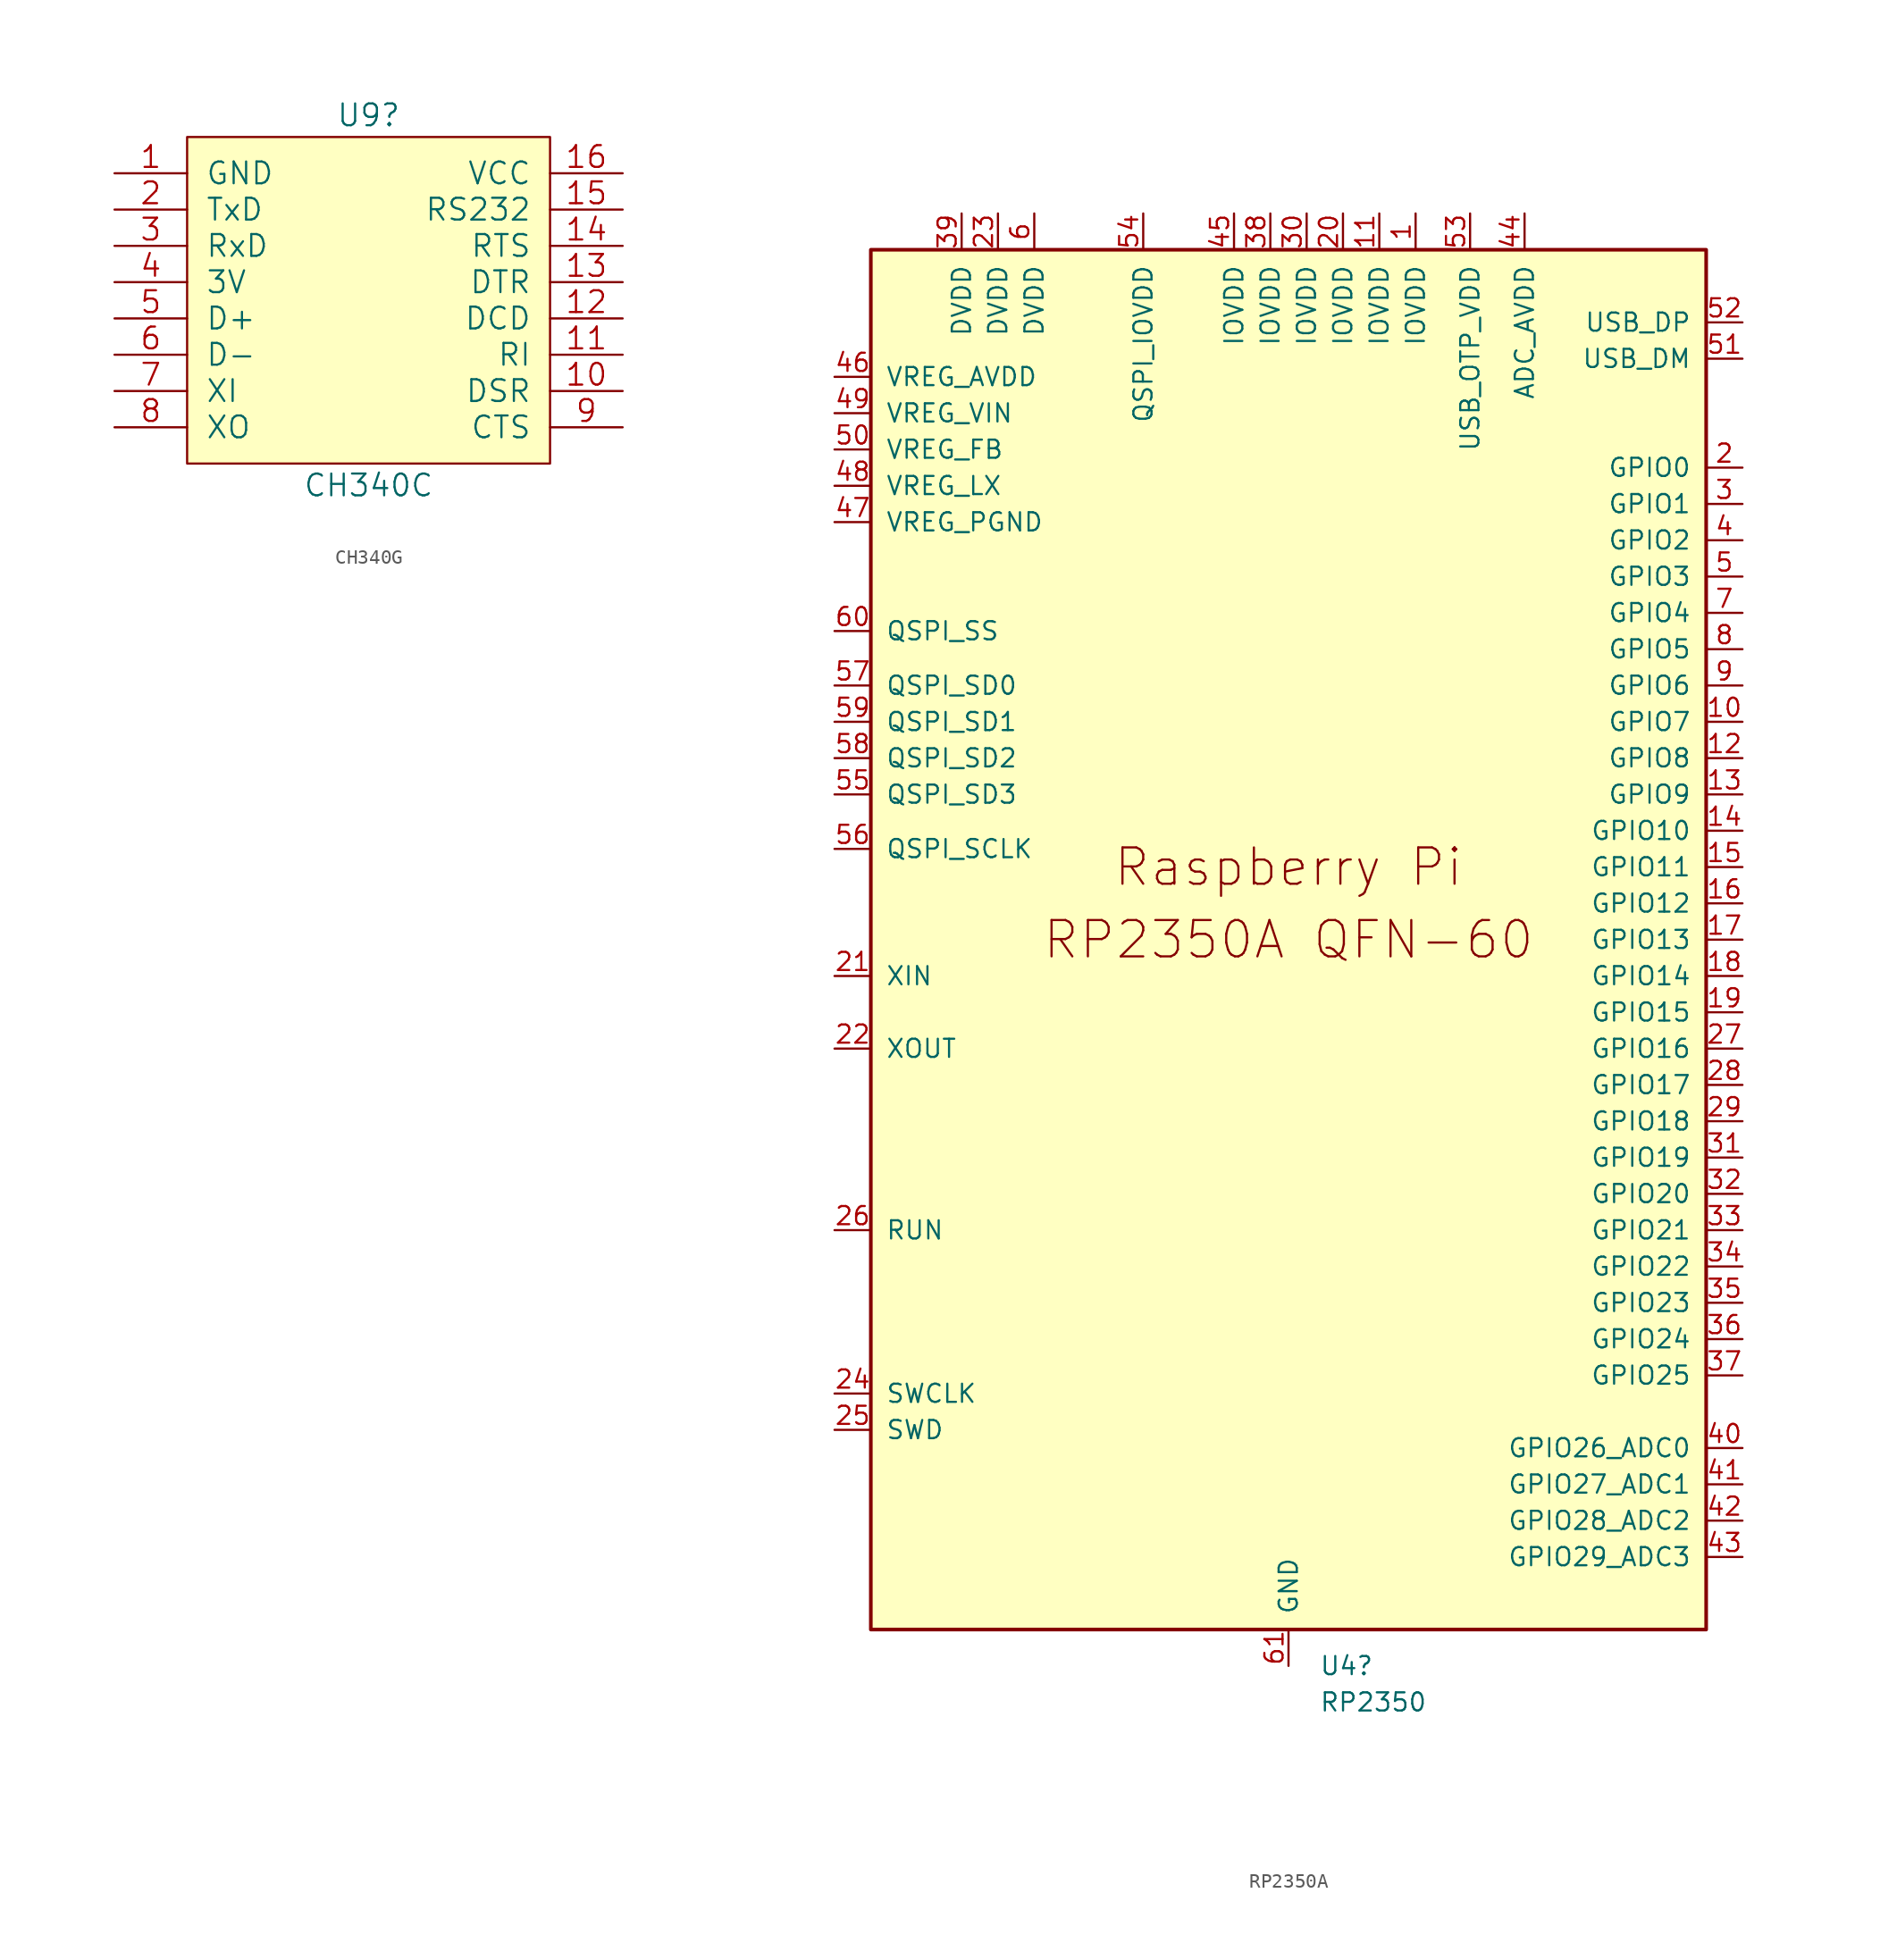
<source format=kicad_sym>
(kicad_symbol_lib
  (version 20241209)
  (generator "kicad_symbol_editor")
  (generator_version "9.0")
  (symbol "CH340G"
    (pin_names
      (offset 1.27))
    (property "Reference" "U9"
      (at 0 14.224 0)
      (effects (font (size 1.524 1.524))))
    (property "Value" "CH340C"
      (at 0 -11.684 0)
      (effects (font (size 1.524 1.524))))
    (property "Description" ""
      (at 0 0 0)
      (effects (font (size 1.27 1.27))))
    (symbol "CH340G_1_1"
      (rectangle (start -12.7 -10.16) (end 12.7 12.7) (stroke (width 0) (type solid)) (fill (type background)))
      (pin power_in line (at -17.78 10.16 0) (length 5.08) (name "GND" (effects (font (size 1.524 1.524)))) (number "1" (effects (font (size 1.524 1.524)))))
      (pin output line (at -17.78 7.62 0) (length 5.08) (name "TxD" (effects (font (size 1.524 1.524)))) (number "2" (effects (font (size 1.524 1.524)))))
      (pin input line (at -17.78 5.08 0) (length 5.08) (name "RxD" (effects (font (size 1.524 1.524)))) (number "3" (effects (font (size 1.524 1.524)))))
      (pin power_out line (at -17.78 2.54 0) (length 5.08) (name "3V" (effects (font (size 1.524 1.524)))) (number "4" (effects (font (size 1.524 1.524)))))
      (pin bidirectional line (at -17.78 0 0) (length 5.08) (name "D+" (effects (font (size 1.524 1.524)))) (number "5" (effects (font (size 1.524 1.524)))))
      (pin bidirectional line (at -17.78 -2.54 0) (length 5.08) (name "D-" (effects (font (size 1.524 1.524)))) (number "6" (effects (font (size 1.524 1.524)))))
      (pin input line (at -17.78 -5.08 0) (length 5.08) (name "XI" (effects (font (size 1.524 1.524)))) (number "7" (effects (font (size 1.524 1.524)))))
      (pin output line (at -17.78 -7.62 0) (length 5.08) (name "XO" (effects (font (size 1.524 1.524)))) (number "8" (effects (font (size 1.524 1.524)))))
      (pin power_in line (at 17.78 10.16 180) (length 5.08) (name "VCC" (effects (font (size 1.524 1.524)))) (number "16" (effects (font (size 1.524 1.524)))))
      (pin input line (at 17.78 7.62 180) (length 5.08) (name "RS232" (effects (font (size 1.524 1.524)))) (number "15" (effects (font (size 1.524 1.524)))))
      (pin output line (at 17.78 5.08 180) (length 5.08) (name "RTS" (effects (font (size 1.524 1.524)))) (number "14" (effects (font (size 1.524 1.524)))))
      (pin output line (at 17.78 2.54 180) (length 5.08) (name "DTR" (effects (font (size 1.524 1.524)))) (number "13" (effects (font (size 1.524 1.524)))))
      (pin input line (at 17.78 0 180) (length 5.08) (name "DCD" (effects (font (size 1.524 1.524)))) (number "12" (effects (font (size 1.524 1.524)))))
      (pin input line (at 17.78 -2.54 180) (length 5.08) (name "RI" (effects (font (size 1.524 1.524)))) (number "11" (effects (font (size 1.524 1.524)))))
      (pin input line (at 17.78 -5.08 180) (length 5.08) (name "DSR" (effects (font (size 1.524 1.524)))) (number "10" (effects (font (size 1.524 1.524)))))
      (pin input line (at 17.78 -7.62 180) (length 5.08) (name "CTS" (effects (font (size 1.524 1.524)))) (number "9" (effects (font (size 1.524 1.524)))))))
  (symbol "RP2350A"
    (pin_names
      (offset 1.016))
    (property "Reference" "U4"
      (at 2.143 -50.8 0)
      (effects (font (size 1.27 1.27)) (justify left)))
    (property "Value" "RP2350"
      (at 2.143 -53.34 0)
      (effects (font (size 1.27 1.27)) (justify left)))
    (property "Sim.Device" ""
      (at 0 0 0)
      (effects (font (size 1.27 1.27))))
    (symbol "RP2350A_0_0"
      (text "Raspberry Pi" (at 0 5.08 0) (effects (font (size 2.54 2.54)))))
    (symbol "RP2350A_0_1"
      (rectangle (start 29.21 48.26) (end -29.21 -48.26) (stroke (width 0.254) (type default)) (fill (type background))))
    (symbol "RP2350A_1_0"
      (text "RP2350A QFN-60" (at 0 0 0) (effects (font (size 2.54 2.54)))))
    (symbol "RP2350A_1_1"
      (pin power_in line (at -31.75 39.37 0) (length 2.54) (name "VREG_AVDD" (effects (font (size 1.27 1.27)))) (number "46" (effects (font (size 1.27 1.27)))))
      (pin power_in line (at -31.75 36.83 0) (length 2.54) (name "VREG_VIN" (effects (font (size 1.27 1.27)))) (number "49" (effects (font (size 1.27 1.27)))))
      (pin input line (at -31.75 34.29 0) (length 2.54) (name "VREG_FB" (effects (font (size 1.27 1.27)))) (number "50" (effects (font (size 1.27 1.27)))))
      (pin power_out line (at -31.75 31.75 0) (length 2.54) (name "VREG_LX" (effects (font (size 1.27 1.27)))) (number "48" (effects (font (size 1.27 1.27)))))
      (pin power_in line (at -31.75 29.21 0) (length 2.54) (name "VREG_PGND" (effects (font (size 1.27 1.27)))) (number "47" (effects (font (size 1.27 1.27)))))
      (pin bidirectional line (at -31.75 21.59 0) (length 2.54) (name "QSPI_SS" (effects (font (size 1.27 1.27)))) (number "60" (effects (font (size 1.27 1.27)))))
      (pin bidirectional line (at -31.75 17.78 0) (length 2.54) (name "QSPI_SD0" (effects (font (size 1.27 1.27)))) (number "57" (effects (font (size 1.27 1.27)))))
      (pin bidirectional line (at -31.75 15.24 0) (length 2.54) (name "QSPI_SD1" (effects (font (size 1.27 1.27)))) (number "59" (effects (font (size 1.27 1.27)))))
      (pin bidirectional line (at -31.75 12.7 0) (length 2.54) (name "QSPI_SD2" (effects (font (size 1.27 1.27)))) (number "58" (effects (font (size 1.27 1.27)))))
      (pin bidirectional line (at -31.75 10.16 0) (length 2.54) (name "QSPI_SD3" (effects (font (size 1.27 1.27)))) (number "55" (effects (font (size 1.27 1.27)))))
      (pin output line (at -31.75 6.35 0) (length 2.54) (name "QSPI_SCLK" (effects (font (size 1.27 1.27)))) (number "56" (effects (font (size 1.27 1.27)))))
      (pin input line (at -31.75 -2.54 0) (length 2.54) (name "XIN" (effects (font (size 1.27 1.27)))) (number "21" (effects (font (size 1.27 1.27)))))
      (pin passive line (at -31.75 -7.62 0) (length 2.54) (name "XOUT" (effects (font (size 1.27 1.27)))) (number "22" (effects (font (size 1.27 1.27)))))
      (pin input line (at -31.75 -20.32 0) (length 2.54) (name "RUN" (effects (font (size 1.27 1.27)))) (number "26" (effects (font (size 1.27 1.27)))))
      (pin output line (at -31.75 -31.75 0) (length 2.54) (name "SWCLK" (effects (font (size 1.27 1.27)))) (number "24" (effects (font (size 1.27 1.27)))))
      (pin bidirectional line (at -31.75 -34.29 0) (length 2.54) (name "SWD" (effects (font (size 1.27 1.27)))) (number "25" (effects (font (size 1.27 1.27)))))
      (pin power_in line (at -22.86 50.8 270) (length 2.54) (name "DVDD" (effects (font (size 1.27 1.27)))) (number "39" (effects (font (size 1.27 1.27)))))
      (pin power_in line (at -20.32 50.8 270) (length 2.54) (name "DVDD" (effects (font (size 1.27 1.27)))) (number "23" (effects (font (size 1.27 1.27)))))
      (pin power_in line (at -17.78 50.8 270) (length 2.54) (name "DVDD" (effects (font (size 1.27 1.27)))) (number "6" (effects (font (size 1.27 1.27)))))
      (pin power_in line (at -10.16 50.8 270) (length 2.54) (name "QSPI_IOVDD" (effects (font (size 1.27 1.27)))) (number "54" (effects (font (size 1.27 1.27)))))
      (pin power_in line (at -3.81 50.8 270) (length 2.54) (name "IOVDD" (effects (font (size 1.27 1.27)))) (number "45" (effects (font (size 1.27 1.27)))))
      (pin power_in line (at -1.27 50.8 270) (length 2.54) (name "IOVDD" (effects (font (size 1.27 1.27)))) (number "38" (effects (font (size 1.27 1.27)))))
      (pin power_in line (at 0 -50.8 90) (length 2.54) (name "GND" (effects (font (size 1.27 1.27)))) (number "61" (effects (font (size 1.27 1.27)))))
      (pin power_in line (at 1.27 50.8 270) (length 2.54) (name "IOVDD" (effects (font (size 1.27 1.27)))) (number "30" (effects (font (size 1.27 1.27)))))
      (pin power_in line (at 3.81 50.8 270) (length 2.54) (name "IOVDD" (effects (font (size 1.27 1.27)))) (number "20" (effects (font (size 1.27 1.27)))))
      (pin power_in line (at 6.35 50.8 270) (length 2.54) (name "IOVDD" (effects (font (size 1.27 1.27)))) (number "11" (effects (font (size 1.27 1.27)))))
      (pin power_in line (at 8.89 50.8 270) (length 2.54) (name "IOVDD" (effects (font (size 1.27 1.27)))) (number "1" (effects (font (size 1.27 1.27)))))
      (pin power_in line (at 12.7 50.8 270) (length 2.54) (name "USB_OTP_VDD" (effects (font (size 1.27 1.27)))) (number "53" (effects (font (size 1.27 1.27)))))
      (pin power_in line (at 16.51 50.8 270) (length 2.54) (name "ADC_AVDD" (effects (font (size 1.27 1.27)))) (number "44" (effects (font (size 1.27 1.27)))))
      (pin bidirectional line (at 31.75 43.18 180) (length 2.54) (name "USB_DP" (effects (font (size 1.27 1.27)))) (number "52" (effects (font (size 1.27 1.27)))))
      (pin bidirectional line (at 31.75 40.64 180) (length 2.54) (name "USB_DM" (effects (font (size 1.27 1.27)))) (number "51" (effects (font (size 1.27 1.27)))))
      (pin bidirectional line (at 31.75 33.02 180) (length 2.54) (name "GPIO0" (effects (font (size 1.27 1.27)))) (number "2" (effects (font (size 1.27 1.27)))))
      (pin bidirectional line (at 31.75 30.48 180) (length 2.54) (name "GPIO1" (effects (font (size 1.27 1.27)))) (number "3" (effects (font (size 1.27 1.27)))))
      (pin bidirectional line (at 31.75 27.94 180) (length 2.54) (name "GPIO2" (effects (font (size 1.27 1.27)))) (number "4" (effects (font (size 1.27 1.27)))))
      (pin bidirectional line (at 31.75 25.4 180) (length 2.54) (name "GPIO3" (effects (font (size 1.27 1.27)))) (number "5" (effects (font (size 1.27 1.27)))))
      (pin bidirectional line (at 31.75 22.86 180) (length 2.54) (name "GPIO4" (effects (font (size 1.27 1.27)))) (number "7" (effects (font (size 1.27 1.27)))))
      (pin bidirectional line (at 31.75 20.32 180) (length 2.54) (name "GPIO5" (effects (font (size 1.27 1.27)))) (number "8" (effects (font (size 1.27 1.27)))))
      (pin bidirectional line (at 31.75 17.78 180) (length 2.54) (name "GPIO6" (effects (font (size 1.27 1.27)))) (number "9" (effects (font (size 1.27 1.27)))))
      (pin bidirectional line (at 31.75 15.24 180) (length 2.54) (name "GPIO7" (effects (font (size 1.27 1.27)))) (number "10" (effects (font (size 1.27 1.27)))))
      (pin bidirectional line (at 31.75 12.7 180) (length 2.54) (name "GPIO8" (effects (font (size 1.27 1.27)))) (number "12" (effects (font (size 1.27 1.27)))))
      (pin bidirectional line (at 31.75 10.16 180) (length 2.54) (name "GPIO9" (effects (font (size 1.27 1.27)))) (number "13" (effects (font (size 1.27 1.27)))))
      (pin bidirectional line (at 31.75 7.62 180) (length 2.54) (name "GPIO10" (effects (font (size 1.27 1.27)))) (number "14" (effects (font (size 1.27 1.27)))))
      (pin bidirectional line (at 31.75 5.08 180) (length 2.54) (name "GPIO11" (effects (font (size 1.27 1.27)))) (number "15" (effects (font (size 1.27 1.27)))))
      (pin bidirectional line (at 31.75 2.54 180) (length 2.54) (name "GPIO12" (effects (font (size 1.27 1.27)))) (number "16" (effects (font (size 1.27 1.27)))))
      (pin bidirectional line (at 31.75 0 180) (length 2.54) (name "GPIO13" (effects (font (size 1.27 1.27)))) (number "17" (effects (font (size 1.27 1.27)))))
      (pin bidirectional line (at 31.75 -2.54 180) (length 2.54) (name "GPIO14" (effects (font (size 1.27 1.27)))) (number "18" (effects (font (size 1.27 1.27)))))
      (pin bidirectional line (at 31.75 -5.08 180) (length 2.54) (name "GPIO15" (effects (font (size 1.27 1.27)))) (number "19" (effects (font (size 1.27 1.27)))))
      (pin bidirectional line (at 31.75 -7.62 180) (length 2.54) (name "GPIO16" (effects (font (size 1.27 1.27)))) (number "27" (effects (font (size 1.27 1.27)))))
      (pin bidirectional line (at 31.75 -10.16 180) (length 2.54) (name "GPIO17" (effects (font (size 1.27 1.27)))) (number "28" (effects (font (size 1.27 1.27)))))
      (pin bidirectional line (at 31.75 -12.7 180) (length 2.54) (name "GPIO18" (effects (font (size 1.27 1.27)))) (number "29" (effects (font (size 1.27 1.27)))))
      (pin bidirectional line (at 31.75 -15.24 180) (length 2.54) (name "GPIO19" (effects (font (size 1.27 1.27)))) (number "31" (effects (font (size 1.27 1.27)))))
      (pin bidirectional line (at 31.75 -17.78 180) (length 2.54) (name "GPIO20" (effects (font (size 1.27 1.27)))) (number "32" (effects (font (size 1.27 1.27)))))
      (pin bidirectional line (at 31.75 -20.32 180) (length 2.54) (name "GPIO21" (effects (font (size 1.27 1.27)))) (number "33" (effects (font (size 1.27 1.27)))))
      (pin bidirectional line (at 31.75 -22.86 180) (length 2.54) (name "GPIO22" (effects (font (size 1.27 1.27)))) (number "34" (effects (font (size 1.27 1.27)))))
      (pin bidirectional line (at 31.75 -25.4 180) (length 2.54) (name "GPIO23" (effects (font (size 1.27 1.27)))) (number "35" (effects (font (size 1.27 1.27)))))
      (pin bidirectional line (at 31.75 -27.94 180) (length 2.54) (name "GPIO24" (effects (font (size 1.27 1.27)))) (number "36" (effects (font (size 1.27 1.27)))))
      (pin bidirectional line (at 31.75 -30.48 180) (length 2.54) (name "GPIO25" (effects (font (size 1.27 1.27)))) (number "37" (effects (font (size 1.27 1.27)))))
      (pin bidirectional line (at 31.75 -35.56 180) (length 2.54) (name "GPIO26_ADC0" (effects (font (size 1.27 1.27)))) (number "40" (effects (font (size 1.27 1.27)))))
      (pin bidirectional line (at 31.75 -38.1 180) (length 2.54) (name "GPIO27_ADC1" (effects (font (size 1.27 1.27)))) (number "41" (effects (font (size 1.27 1.27)))))
      (pin bidirectional line (at 31.75 -40.64 180) (length 2.54) (name "GPIO28_ADC2" (effects (font (size 1.27 1.27)))) (number "42" (effects (font (size 1.27 1.27)))))
      (pin bidirectional line (at 31.75 -43.18 180) (length 2.54) (name "GPIO29_ADC3" (effects (font (size 1.27 1.27)))) (number "43" (effects (font (size 1.27 1.27))))))))
</source>
